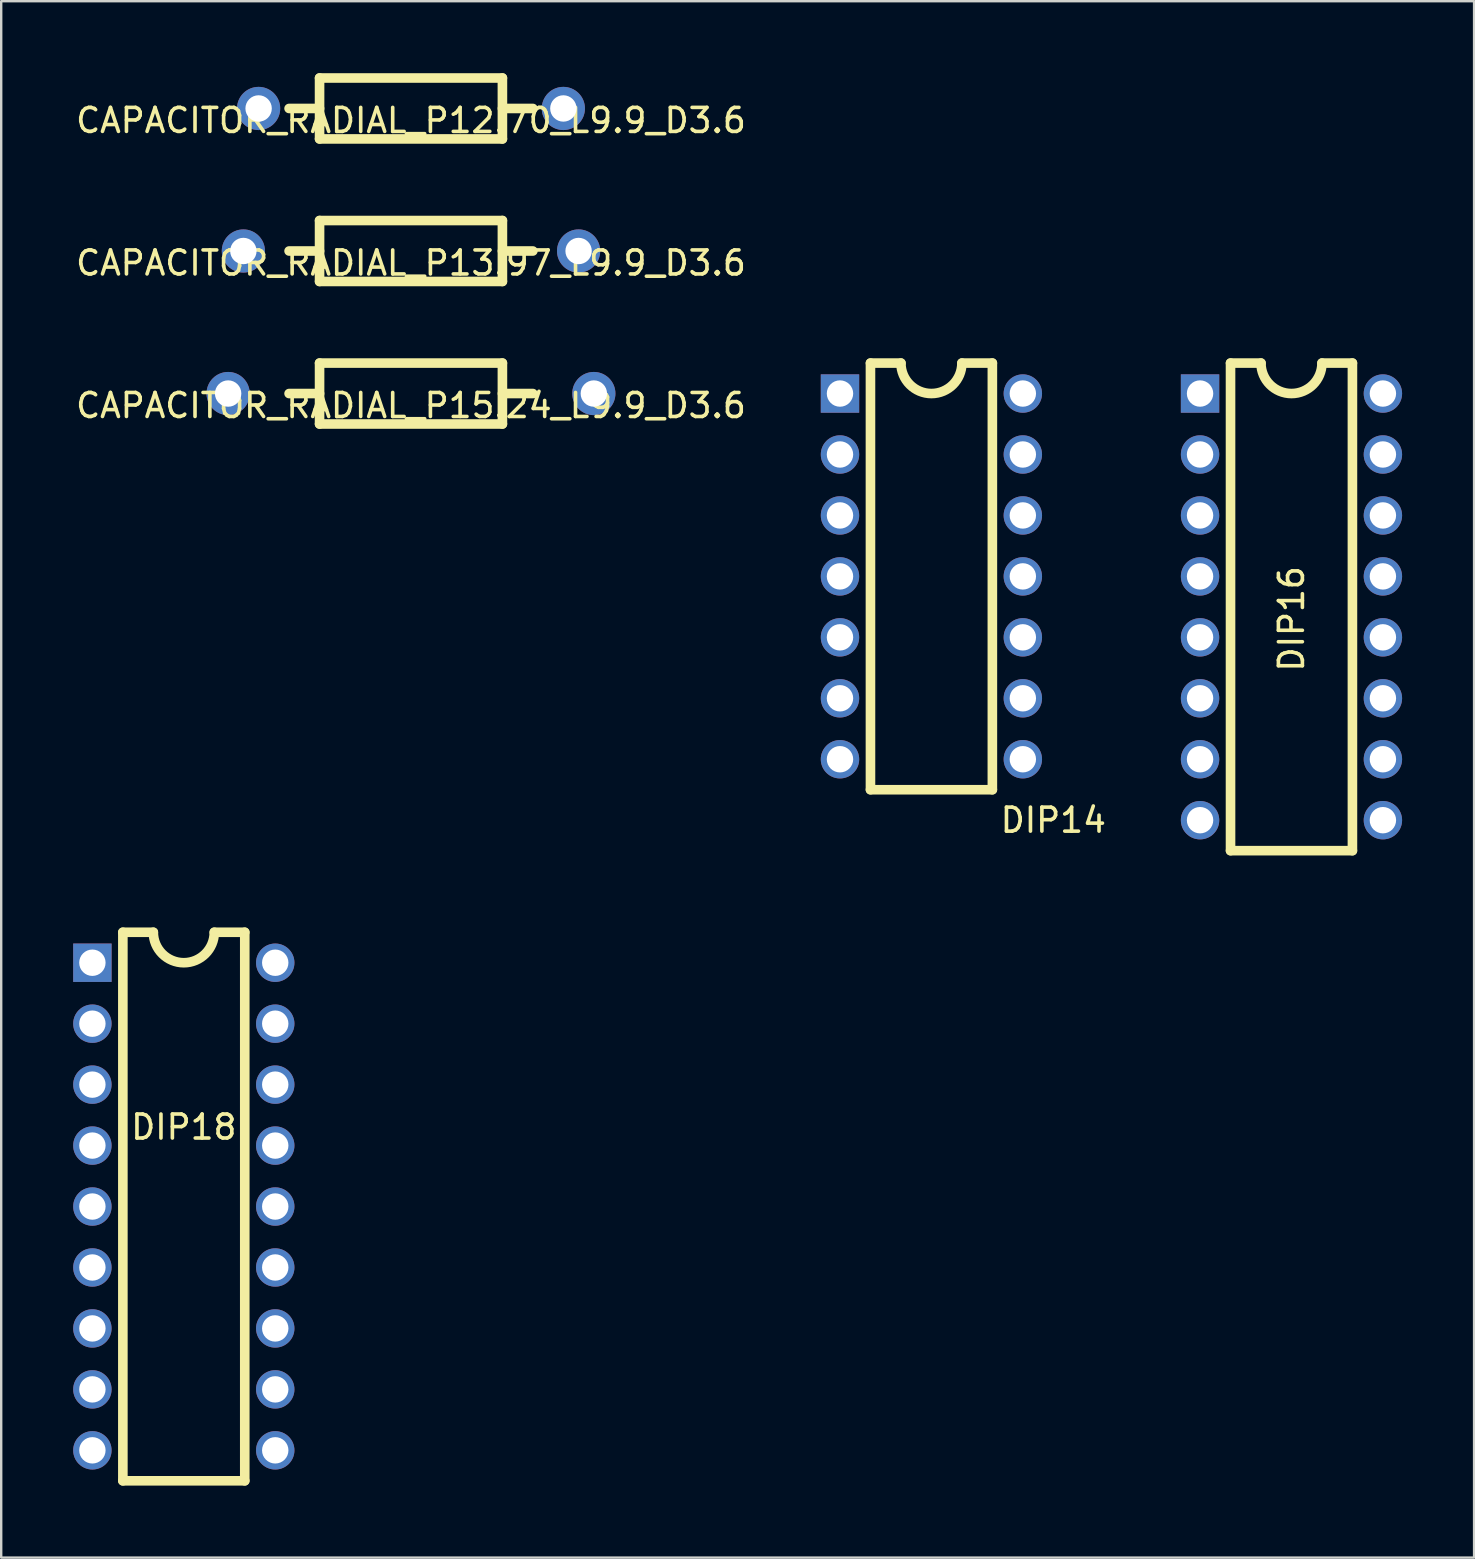
<source format=kicad_pcb>
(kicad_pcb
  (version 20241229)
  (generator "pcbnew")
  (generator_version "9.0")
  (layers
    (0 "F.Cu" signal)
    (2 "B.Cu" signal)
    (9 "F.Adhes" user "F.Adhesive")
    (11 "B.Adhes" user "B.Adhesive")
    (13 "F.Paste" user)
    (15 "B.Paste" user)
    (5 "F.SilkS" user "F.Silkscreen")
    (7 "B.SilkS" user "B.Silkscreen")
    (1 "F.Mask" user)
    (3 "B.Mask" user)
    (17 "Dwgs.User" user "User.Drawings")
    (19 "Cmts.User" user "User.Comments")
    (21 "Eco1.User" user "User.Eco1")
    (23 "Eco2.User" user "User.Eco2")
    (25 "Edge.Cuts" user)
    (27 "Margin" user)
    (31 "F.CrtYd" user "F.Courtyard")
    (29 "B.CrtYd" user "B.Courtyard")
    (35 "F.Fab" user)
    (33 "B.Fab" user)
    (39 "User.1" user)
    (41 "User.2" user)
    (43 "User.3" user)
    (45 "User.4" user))
  (footprint "DIP16"
    (layer "F.Cu")
    (at 50.77 22.24)
    (property "Reference" "DIP16" (at 0 0.5 90) (layer "F.SilkS") (effects (font (size 1 1) (thickness 0.15))))
    (attr through_hole)
    (fp_line (start -2.54 -10.16) (end -2.54 10.16) (stroke (width 0.4) (type solid)) (layer "F.SilkS"))
    (fp_line (start -2.54 -10.16) (end -1.27 -10.16) (stroke (width 0.4) (type solid)) (layer "F.SilkS"))
    (fp_line (start -2.54 10.16) (end 2.54 10.16) (stroke (width 0.4) (type solid)) (layer "F.SilkS"))
    (fp_line (start 1.27 -10.16) (end 2.54 -10.16) (stroke (width 0.4) (type solid)) (layer "F.SilkS"))
    (fp_line (start 2.54 -10.16) (end 2.54 10.16) (stroke (width 0.4) (type solid)) (layer "F.SilkS"))
    (fp_arc (start 1.27 -10.16) (mid 0 -8.89) (end -1.27 -10.16) (stroke (width 0.4) (type solid)) (layer "F.SilkS"))
    (pad "1" thru_hole rect (at -3.81 -8.89) (size 1.6 1.6) (drill 1.1) (layers "*.Cu" "*.Mask"))
    (pad "2" thru_hole circle (at -3.81 -6.35) (size 1.6 1.6) (drill 1.1) (layers "*.Cu" "*.Mask"))
    (pad "3" thru_hole circle (at -3.81 -3.81) (size 1.6 1.6) (drill 1.1) (layers "*.Cu" "*.Mask"))
    (pad "4" thru_hole circle (at -3.81 -1.27) (size 1.6 1.6) (drill 1.1) (layers "*.Cu" "*.Mask"))
    (pad "5" thru_hole circle (at -3.81 1.27) (size 1.6 1.6) (drill 1.1) (layers "*.Cu" "*.Mask"))
    (pad "6" thru_hole circle (at -3.81 3.81) (size 1.6 1.6) (drill 1.1) (layers "*.Cu" "*.Mask"))
    (pad "7" thru_hole circle (at -3.81 6.35) (size 1.6 1.6) (drill 1.1) (layers "*.Cu" "*.Mask"))
    (pad "8" thru_hole circle (at -3.81 8.89) (size 1.6 1.6) (drill 1.1) (layers "*.Cu" "*.Mask"))
    (pad "9" thru_hole circle (at 3.81 8.89) (size 1.6 1.6) (drill 1.1) (layers "*.Cu" "*.Mask"))
    (pad "10" thru_hole circle (at 3.81 6.35) (size 1.6 1.6) (drill 1.1) (layers "*.Cu" "*.Mask"))
    (pad "11" thru_hole circle (at 3.81 3.81) (size 1.6 1.6) (drill 1.1) (layers "*.Cu" "*.Mask"))
    (pad "12" thru_hole circle (at 3.81 1.27) (size 1.6 1.6) (drill 1.1) (layers "*.Cu" "*.Mask"))
    (pad "13" thru_hole circle (at 3.81 -1.27) (size 1.6 1.6) (drill 1.1) (layers "*.Cu" "*.Mask"))
    (pad "14" thru_hole circle (at 3.81 -3.81) (size 1.6 1.6) (drill 1.1) (layers "*.Cu" "*.Mask"))
    (pad "15" thru_hole circle (at 3.81 -6.35) (size 1.6 1.6) (drill 1.1) (layers "*.Cu" "*.Mask"))
    (pad "16" thru_hole circle (at 3.81 -8.89) (size 1.6 1.6) (drill 1.1) (layers "*.Cu" "*.Mask")))
  (footprint "CAPACITOR_RADIAL_P15.24_L9.9_D3.6"
    (layer "F.Cu")
    (at 6.457 13.35)
    (property "Reference" "CAPACITOR_RADIAL_P15.24_L9.9_D3.6" (at 7.62 0.5 0) (layer "F.SilkS") (effects (font (size 1 1) (thickness 0.15))))
    (attr through_hole)
    (fp_line (start 2.54 0) (end 3.81 0) (stroke (width 0.4) (type solid)) (layer "F.SilkS"))
    (fp_line (start 3.81 -1.27) (end 11.43 -1.27) (stroke (width 0.4) (type solid)) (layer "F.SilkS"))
    (fp_line (start 3.81 1.27) (end 3.81 -1.27) (stroke (width 0.4) (type solid)) (layer "F.SilkS"))
    (fp_line (start 11.43 -1.27) (end 11.43 1.27) (stroke (width 0.4) (type solid)) (layer "F.SilkS"))
    (fp_line (start 11.43 0) (end 12.7 0) (stroke (width 0.4) (type solid)) (layer "F.SilkS"))
    (fp_line (start 11.43 1.27) (end 3.81 1.27) (stroke (width 0.4) (type solid)) (layer "F.SilkS"))
    (pad "1" thru_hole circle (at 0 0) (size 1.8 1.8) (drill 1.1) (layers "*.Cu" "*.Mask"))
    (pad "2" thru_hole circle (at 15.24 0) (size 1.8 1.8) (drill 1.1) (layers "*.Cu" "*.Mask")))
  (footprint "DIP14"
    (layer "F.Cu")
    (at 35.765 20.97)
    (property "Reference" "DIP14" (at 5.08 10.16 0) (layer "F.SilkS") (effects (font (size 1 1) (thickness 0.15))))
    (attr through_hole)
    (fp_line (start -2.54 -8.89) (end -2.54 8.89) (stroke (width 0.4) (type solid)) (layer "F.SilkS"))
    (fp_line (start -2.54 -8.89) (end -1.27 -8.89) (stroke (width 0.4) (type solid)) (layer "F.SilkS"))
    (fp_line (start -2.54 8.89) (end 2.54 8.89) (stroke (width 0.4) (type solid)) (layer "F.SilkS"))
    (fp_line (start 1.27 -8.89) (end 2.54 -8.89) (stroke (width 0.4) (type solid)) (layer "F.SilkS"))
    (fp_line (start 2.54 -8.89) (end 2.54 8.89) (stroke (width 0.4) (type solid)) (layer "F.SilkS"))
    (fp_arc (start 1.27 -8.89) (mid 0 -7.62) (end -1.27 -8.89) (stroke (width 0.4) (type solid)) (layer "F.SilkS"))
    (pad "1" thru_hole rect (at -3.81 -7.62) (size 1.6 1.6) (drill 1.1) (layers "*.Cu" "*.Mask"))
    (pad "2" thru_hole circle (at -3.81 -5.08) (size 1.6 1.6) (drill 1.1) (layers "*.Cu" "*.Mask"))
    (pad "3" thru_hole circle (at -3.81 -2.54) (size 1.6 1.6) (drill 1.1) (layers "*.Cu" "*.Mask"))
    (pad "4" thru_hole circle (at -3.81 0) (size 1.6 1.6) (drill 1.1) (layers "*.Cu" "*.Mask"))
    (pad "5" thru_hole circle (at -3.81 2.54) (size 1.6 1.6) (drill 1.1) (layers "*.Cu" "*.Mask"))
    (pad "6" thru_hole circle (at -3.81 5.08) (size 1.6 1.6) (drill 1.1) (layers "*.Cu" "*.Mask"))
    (pad "7" thru_hole circle (at -3.81 7.62) (size 1.6 1.6) (drill 1.1) (layers "*.Cu" "*.Mask"))
    (pad "8" thru_hole circle (at 3.81 7.62) (size 1.6 1.6) (drill 1.1) (layers "*.Cu" "*.Mask"))
    (pad "9" thru_hole circle (at 3.81 5.08) (size 1.6 1.6) (drill 1.1) (layers "*.Cu" "*.Mask"))
    (pad "10" thru_hole circle (at 3.81 2.54) (size 1.6 1.6) (drill 1.1) (layers "*.Cu" "*.Mask"))
    (pad "11" thru_hole circle (at 3.81 0) (size 1.6 1.6) (drill 1.1) (layers "*.Cu" "*.Mask"))
    (pad "12" thru_hole circle (at 3.81 -2.54) (size 1.6 1.6) (drill 1.1) (layers "*.Cu" "*.Mask"))
    (pad "13" thru_hole circle (at 3.81 -5.08) (size 1.6 1.6) (drill 1.1) (layers "*.Cu" "*.Mask"))
    (pad "14" thru_hole circle (at 3.81 -7.62) (size 1.6 1.6) (drill 1.1) (layers "*.Cu" "*.Mask")))
  (footprint "CAPACITOR_RADIAL_P12.70_L9.9_D3.6"
    (layer "F.Cu")
    (at 7.727 1.47)
    (property "Reference" "CAPACITOR_RADIAL_P12.70_L9.9_D3.6" (at 6.35 0.5 0) (layer "F.SilkS") (effects (font (size 1 1) (thickness 0.15))))
    (attr through_hole)
    (fp_line (start 1.27 0) (end 2.54 0) (stroke (width 0.4) (type solid)) (layer "F.SilkS"))
    (fp_line (start 2.54 -1.27) (end 10.16 -1.27) (stroke (width 0.4) (type solid)) (layer "F.SilkS"))
    (fp_line (start 2.54 1.27) (end 2.54 -1.27) (stroke (width 0.4) (type solid)) (layer "F.SilkS"))
    (fp_line (start 10.16 -1.27) (end 10.16 1.27) (stroke (width 0.4) (type solid)) (layer "F.SilkS"))
    (fp_line (start 10.16 0) (end 11.43 0) (stroke (width 0.4) (type solid)) (layer "F.SilkS"))
    (fp_line (start 10.16 1.27) (end 2.54 1.27) (stroke (width 0.4) (type solid)) (layer "F.SilkS"))
    (pad "1" thru_hole circle (at 0 0) (size 1.8 1.8) (drill 1.1) (layers "*.Cu" "*.Mask"))
    (pad "2" thru_hole circle (at 12.7 0) (size 1.8 1.8) (drill 1.1) (layers "*.Cu" "*.Mask")))
  (footprint "DIP18"
    (layer "F.Cu")
    (at 4.61 47.23)
    (property "Reference" "DIP18" (at 0 -3.31 0) (layer "F.SilkS") (effects (font (size 1 1) (thickness 0.15))))
    (attr through_hole)
    (fp_line (start -2.54 -11.43) (end -2.54 11.43) (stroke (width 0.4) (type solid)) (layer "F.SilkS"))
    (fp_line (start -2.54 -11.43) (end -1.27 -11.43) (stroke (width 0.4) (type solid)) (layer "F.SilkS"))
    (fp_line (start -2.54 11.43) (end 2.54 11.43) (stroke (width 0.4) (type solid)) (layer "F.SilkS"))
    (fp_line (start 1.27 -11.43) (end 2.54 -11.43) (stroke (width 0.4) (type solid)) (layer "F.SilkS"))
    (fp_line (start 2.54 -11.43) (end 2.54 11.43) (stroke (width 0.4) (type solid)) (layer "F.SilkS"))
    (fp_arc (start 1.27 -11.43) (mid 0 -10.16) (end -1.27 -11.43) (stroke (width 0.4) (type solid)) (layer "F.SilkS"))
    (pad "1" thru_hole rect (at -3.81 -10.16) (size 1.6 1.6) (drill 1.1) (layers "*.Cu" "*.Mask"))
    (pad "2" thru_hole circle (at -3.81 -7.62) (size 1.6 1.6) (drill 1.1) (layers "*.Cu" "*.Mask"))
    (pad "3" thru_hole circle (at -3.81 -5.08) (size 1.6 1.6) (drill 1.1) (layers "*.Cu" "*.Mask"))
    (pad "4" thru_hole circle (at -3.81 -2.54) (size 1.6 1.6) (drill 1.1) (layers "*.Cu" "*.Mask"))
    (pad "5" thru_hole circle (at -3.81 0) (size 1.6 1.6) (drill 1.1) (layers "*.Cu" "*.Mask"))
    (pad "6" thru_hole circle (at -3.81 2.54) (size 1.6 1.6) (drill 1.1) (layers "*.Cu" "*.Mask"))
    (pad "7" thru_hole circle (at -3.81 5.08) (size 1.6 1.6) (drill 1.1) (layers "*.Cu" "*.Mask"))
    (pad "8" thru_hole circle (at -3.81 7.62) (size 1.6 1.6) (drill 1.1) (layers "*.Cu" "*.Mask"))
    (pad "9" thru_hole circle (at -3.81 10.16) (size 1.6 1.6) (drill 1.1) (layers "*.Cu" "*.Mask"))
    (pad "10" thru_hole circle (at 3.81 10.16) (size 1.6 1.6) (drill 1.1) (layers "*.Cu" "*.Mask"))
    (pad "11" thru_hole circle (at 3.81 7.62) (size 1.6 1.6) (drill 1.1) (layers "*.Cu" "*.Mask"))
    (pad "12" thru_hole circle (at 3.81 5.08) (size 1.6 1.6) (drill 1.1) (layers "*.Cu" "*.Mask"))
    (pad "13" thru_hole circle (at 3.81 2.54) (size 1.6 1.6) (drill 1.1) (layers "*.Cu" "*.Mask"))
    (pad "14" thru_hole circle (at 3.81 0) (size 1.6 1.6) (drill 1.1) (layers "*.Cu" "*.Mask"))
    (pad "15" thru_hole circle (at 3.81 -2.54) (size 1.6 1.6) (drill 1.1) (layers "*.Cu" "*.Mask"))
    (pad "16" thru_hole circle (at 3.81 -5.08) (size 1.6 1.6) (drill 1.1) (layers "*.Cu" "*.Mask"))
    (pad "17" thru_hole circle (at 3.81 -7.62) (size 1.6 1.6) (drill 1.1) (layers "*.Cu" "*.Mask"))
    (pad "18" thru_hole circle (at 3.81 -10.16) (size 1.6 1.6) (drill 1.1) (layers "*.Cu" "*.Mask")))
  (footprint "CAPACITOR_RADIAL_P13.97_L9.9_D3.6"
    (layer "F.Cu")
    (at 7.092 7.41)
    (property "Reference" "CAPACITOR_RADIAL_P13.97_L9.9_D3.6" (at 6.985 0.5 0) (layer "F.SilkS") (effects (font (size 1 1) (thickness 0.15))))
    (attr through_hole)
    (fp_line (start 1.905 0) (end 3.175 0) (stroke (width 0.4) (type solid)) (layer "F.SilkS"))
    (fp_line (start 3.175 -1.27) (end 10.795 -1.27) (stroke (width 0.4) (type solid)) (layer "F.SilkS"))
    (fp_line (start 3.175 1.27) (end 3.175 -1.27) (stroke (width 0.4) (type solid)) (layer "F.SilkS"))
    (fp_line (start 10.795 -1.27) (end 10.795 1.27) (stroke (width 0.4) (type solid)) (layer "F.SilkS"))
    (fp_line (start 10.795 0) (end 12.065 0) (stroke (width 0.4) (type solid)) (layer "F.SilkS"))
    (fp_line (start 10.795 1.27) (end 3.175 1.27) (stroke (width 0.4) (type solid)) (layer "F.SilkS"))
    (pad "1" thru_hole circle (at 0 0) (size 1.8 1.8) (drill 1.1) (layers "*.Cu" "*.Mask"))
    (pad "2" thru_hole circle (at 13.97 0) (size 1.8 1.8) (drill 1.1) (layers "*.Cu" "*.Mask")))
  (gr_rect
    (start -3 -3)
    (end 58.38 61.86)
    (stroke (width 0.1) (type default))
    (fill no)
    (layer "Edge.Cuts")))
</source>
